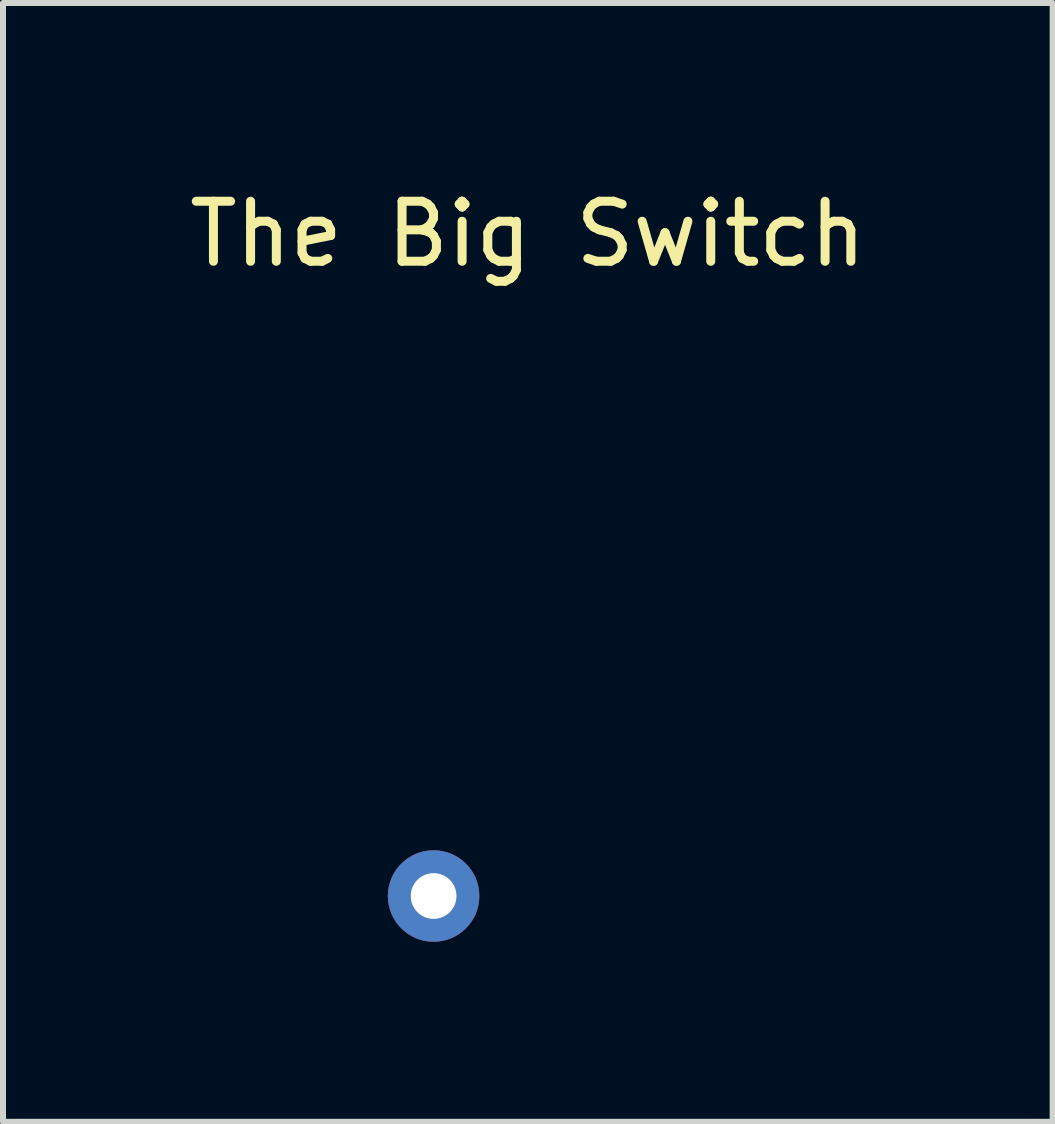
<source format=kicad_pcb>
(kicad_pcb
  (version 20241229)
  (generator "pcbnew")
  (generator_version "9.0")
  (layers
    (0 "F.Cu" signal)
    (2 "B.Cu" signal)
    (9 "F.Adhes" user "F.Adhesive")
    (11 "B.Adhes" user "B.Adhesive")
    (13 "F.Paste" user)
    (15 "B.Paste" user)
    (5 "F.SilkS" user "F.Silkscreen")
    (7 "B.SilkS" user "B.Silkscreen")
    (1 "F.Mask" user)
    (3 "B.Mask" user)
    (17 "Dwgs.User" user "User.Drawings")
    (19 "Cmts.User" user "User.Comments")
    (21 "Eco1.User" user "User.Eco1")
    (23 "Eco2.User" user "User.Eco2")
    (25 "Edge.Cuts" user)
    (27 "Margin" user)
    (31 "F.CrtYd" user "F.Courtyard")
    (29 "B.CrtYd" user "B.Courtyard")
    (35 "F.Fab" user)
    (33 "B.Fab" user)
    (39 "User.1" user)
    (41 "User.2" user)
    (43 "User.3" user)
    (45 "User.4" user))
  (footprint "The Big Switch"
    (layer "F.Cu")
    (at 4.474 11.778)
    (property "Reference" "The Big Switch" (at 1.27 -10.93 0) (layer "F.SilkS") (effects (font (size 1 1) (thickness 0.15))))
    (attr through_hole)
    (pad "1" thru_hole circle (at -0.3 0.1) (size 1.524 1.524) (drill 0.762) (layers "*.Cu" "*.Mask")))
  (gr_rect
    (start -3 -3)
    (end 14.488 15.64)
    (stroke (width 0.1) (type default))
    (fill no)
    (layer "Edge.Cuts")))
</source>
